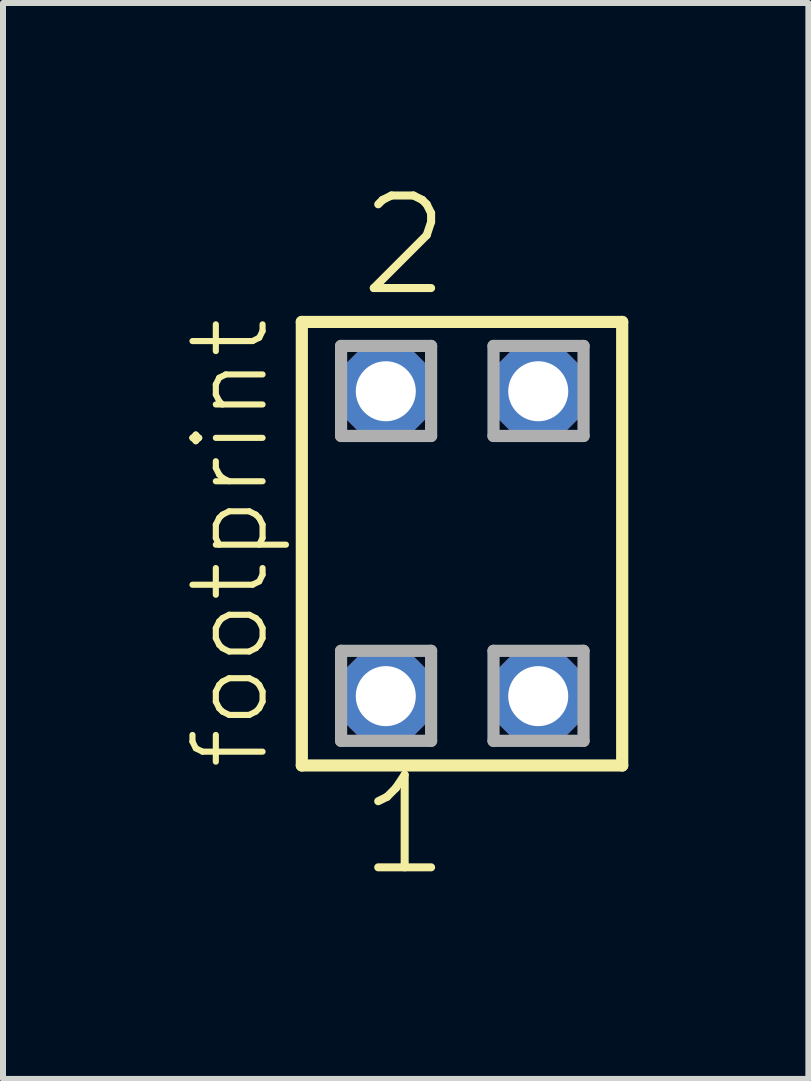
<source format=kicad_pcb>
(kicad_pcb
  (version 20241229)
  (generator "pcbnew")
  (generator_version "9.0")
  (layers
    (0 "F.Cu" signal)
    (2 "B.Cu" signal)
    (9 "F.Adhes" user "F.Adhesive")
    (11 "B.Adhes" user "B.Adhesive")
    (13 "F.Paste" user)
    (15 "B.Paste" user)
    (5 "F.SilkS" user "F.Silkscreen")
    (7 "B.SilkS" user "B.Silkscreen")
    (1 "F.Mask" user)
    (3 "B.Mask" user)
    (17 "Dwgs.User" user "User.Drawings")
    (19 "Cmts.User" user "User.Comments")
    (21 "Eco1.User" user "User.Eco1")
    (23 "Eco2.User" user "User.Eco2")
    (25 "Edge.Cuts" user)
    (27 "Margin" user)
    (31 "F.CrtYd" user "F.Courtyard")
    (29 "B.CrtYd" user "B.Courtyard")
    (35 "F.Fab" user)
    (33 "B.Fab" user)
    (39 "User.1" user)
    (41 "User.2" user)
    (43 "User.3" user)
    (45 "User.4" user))
  (footprint "footprint"
    (layer "F.Cu")
    (at 4.648 6.009)
    (property "Reference" "footprint" (at -3.175 3.81 90) (layer "F.SilkS") (effects (font (size 1.168 1.168) (thickness 0.102)) (justify left bottom)))
    (fp_line (start -2.669 -3.695) (end 2.669 -3.695) (stroke (width 0.203) (type solid)) (layer "F.SilkS"))
    (fp_line (start -2.669 3.695) (end -2.669 -3.695) (stroke (width 0.203) (type solid)) (layer "F.SilkS"))
    (fp_line (start 2.669 -3.695) (end 2.669 3.695) (stroke (width 0.203) (type solid)) (layer "F.SilkS"))
    (fp_line (start 2.669 3.695) (end -2.669 3.695) (stroke (width 0.203) (type solid)) (layer "F.SilkS"))
    (fp_line (start -2.015 -3.295) (end -0.515 -3.295) (stroke (width 0.203) (type solid)) (layer "F.Fab"))
    (fp_line (start -2.015 -1.795) (end -2.015 -3.295) (stroke (width 0.203) (type solid)) (layer "F.Fab"))
    (fp_line (start -2.015 1.785) (end -0.515 1.785) (stroke (width 0.203) (type solid)) (layer "F.Fab"))
    (fp_line (start -2.015 3.285) (end -2.015 1.785) (stroke (width 0.203) (type solid)) (layer "F.Fab"))
    (fp_line (start -0.515 -3.295) (end -0.515 -1.795) (stroke (width 0.203) (type solid)) (layer "F.Fab"))
    (fp_line (start -0.515 -1.795) (end -2.015 -1.795) (stroke (width 0.203) (type solid)) (layer "F.Fab"))
    (fp_line (start -0.515 1.785) (end -0.515 3.285) (stroke (width 0.203) (type solid)) (layer "F.Fab"))
    (fp_line (start -0.515 3.285) (end -2.015 3.285) (stroke (width 0.203) (type solid)) (layer "F.Fab"))
    (fp_line (start 0.525 -3.295) (end 2.025 -3.295) (stroke (width 0.203) (type solid)) (layer "F.Fab"))
    (fp_line (start 0.525 -1.795) (end 0.525 -3.295) (stroke (width 0.203) (type solid)) (layer "F.Fab"))
    (fp_line (start 0.525 1.785) (end 2.025 1.785) (stroke (width 0.203) (type solid)) (layer "F.Fab"))
    (fp_line (start 0.525 3.285) (end 0.525 1.785) (stroke (width 0.203) (type solid)) (layer "F.Fab"))
    (fp_line (start 2.025 -3.295) (end 2.025 -1.795) (stroke (width 0.203) (type solid)) (layer "F.Fab"))
    (fp_line (start 2.025 -1.795) (end 0.525 -1.795) (stroke (width 0.203) (type solid)) (layer "F.Fab"))
    (fp_line (start 2.025 1.785) (end 2.025 3.285) (stroke (width 0.203) (type solid)) (layer "F.Fab"))
    (fp_line (start 2.025 3.285) (end 0.525 3.285) (stroke (width 0.203) (type solid)) (layer "F.Fab"))
    (fp_text user "1" (at -1.778 5.588 0) (layer "F.SilkS") (effects (font (size 1.542 1.542) (thickness 0.134)) (justify left bottom)))
    (fp_text user "2" (at -1.778 -4.064 0) (layer "F.SilkS") (effects (font (size 1.542 1.542) (thickness 0.134)) (justify left bottom)))
    (pad "1" thru_hole roundrect (at -1.27 2.54) (size 1.5 1.5) (drill 1) (layers "*.Cu" "*.Mask") (roundrect_rratio 0.25) (chamfer_ratio 0.25) (chamfer top_left top_right bottom_left bottom_right))
    (pad "2" thru_hole roundrect (at -1.27 -2.54) (size 1.5 1.5) (drill 1) (layers "*.Cu" "*.Mask") (roundrect_rratio 0.25) (chamfer_ratio 0.25) (chamfer top_left top_right bottom_left bottom_right))
    (pad "3" thru_hole roundrect (at 1.27 2.54) (size 1.5 1.5) (drill 1) (layers "*.Cu" "*.Mask") (roundrect_rratio 0.25) (chamfer_ratio 0.25) (chamfer top_left top_right bottom_left bottom_right))
    (pad "4" thru_hole roundrect (at 1.27 -2.54) (size 1.5 1.5) (drill 1) (layers "*.Cu" "*.Mask") (roundrect_rratio 0.25) (chamfer_ratio 0.25) (chamfer top_left top_right bottom_left bottom_right)))
  (gr_rect
    (start -3 -3)
    (end 10.419 14.927)
    (stroke (width 0.1) (type default))
    (fill no)
    (layer "Edge.Cuts")))
</source>
